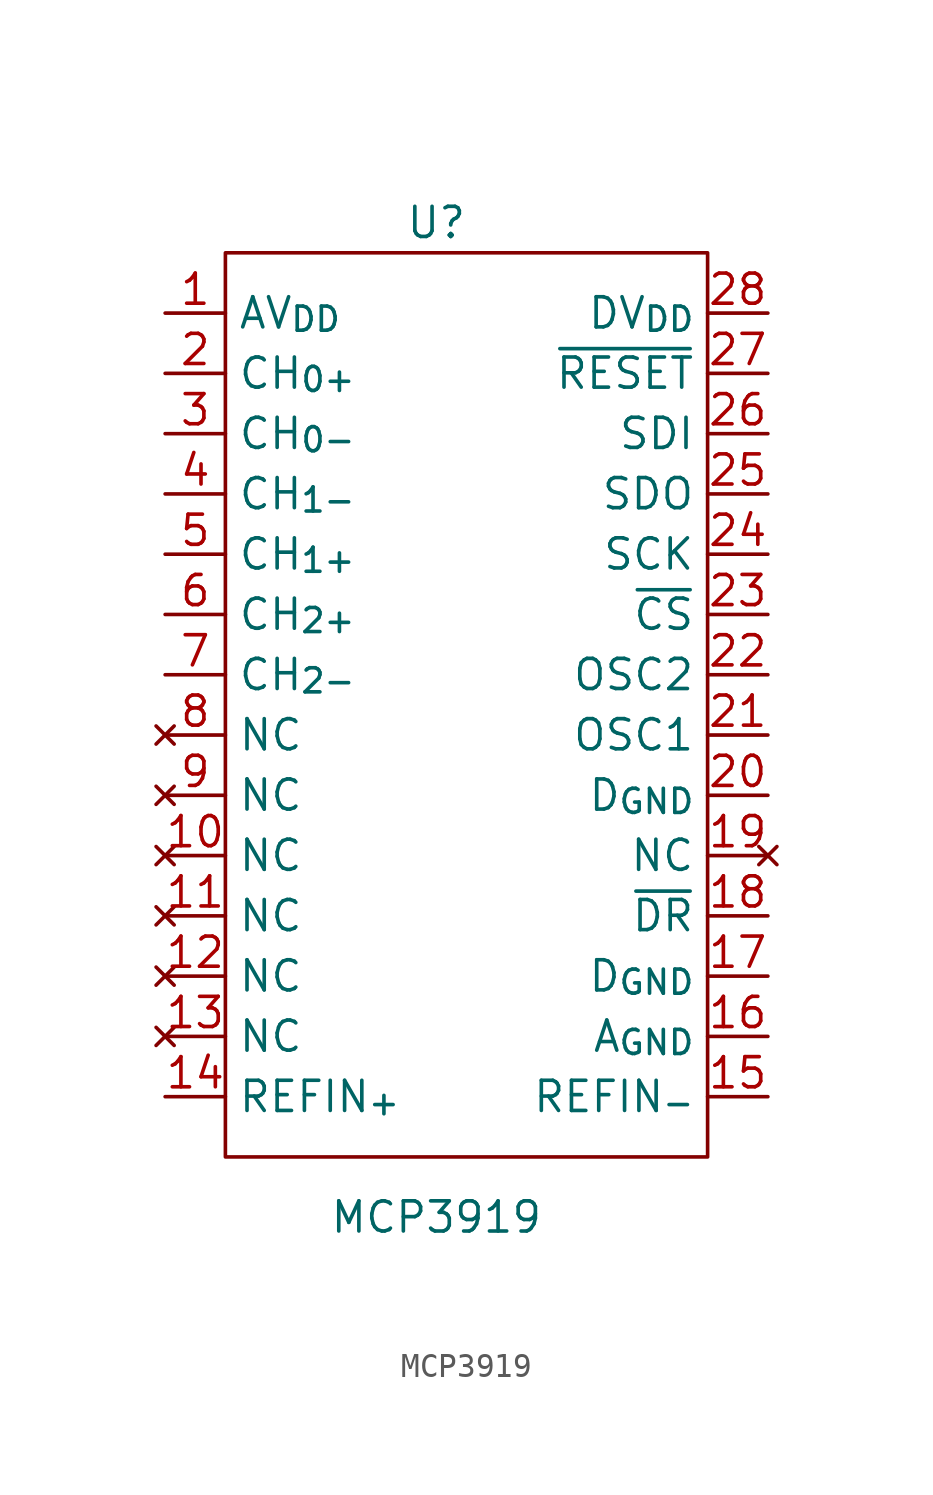
<source format=kicad_sym>
(kicad_symbol_lib
  (version 20211014)
  (generator kicad_symbol_editor)
  (symbol "MCP3919"
    (property "Reference" "U"
      (at -1.27 20.32 0)
      (effects (font (size 1.27 1.27))))
    (property "Value" "MCP3919"
      (at -1.27 -21.59 0)
      (effects (font (size 1.27 1.27))))
    (symbol "MCP3919_0_1"
      (rectangle (start -10.16 19.05) (end 10.16 -19.05) (stroke (width 0) (type default) (color 0 0 0 0)) (fill (type none))))
    (symbol "MCP3919_1_1"
      (pin power_in line (at -12.7 16.51 0) (length 2.54) (name "AV_{DD}" (effects (font (size 1.27 1.27)))) (number "1" (effects (font (size 1.27 1.27)))))
      (pin no_connect line (at -12.7 -6.35 0) (length 2.54) (name "NC" (effects (font (size 1.27 1.27)))) (number "10" (effects (font (size 1.27 1.27)))))
      (pin no_connect line (at -12.7 -8.89 0) (length 2.54) (name "NC" (effects (font (size 1.27 1.27)))) (number "11" (effects (font (size 1.27 1.27)))))
      (pin no_connect line (at -12.7 -11.43 0) (length 2.54) (name "NC" (effects (font (size 1.27 1.27)))) (number "12" (effects (font (size 1.27 1.27)))))
      (pin no_connect line (at -12.7 -13.97 0) (length 2.54) (name "NC" (effects (font (size 1.27 1.27)))) (number "13" (effects (font (size 1.27 1.27)))))
      (pin power_in line (at -12.7 -16.51 0) (length 2.54) (name "REFIN_{+}" (effects (font (size 1.27 1.27)))) (number "14" (effects (font (size 1.27 1.27)))))
      (pin power_in line (at 12.7 -16.51 180) (length 2.54) (name "REFIN_{-}" (effects (font (size 1.27 1.27)))) (number "15" (effects (font (size 1.27 1.27)))))
      (pin power_in line (at 12.7 -13.97 180) (length 2.54) (name "A_{GND}" (effects (font (size 1.27 1.27)))) (number "16" (effects (font (size 1.27 1.27)))))
      (pin power_in line (at 12.7 -11.43 180) (length 2.54) (name "D_{GND}" (effects (font (size 1.27 1.27)))) (number "17" (effects (font (size 1.27 1.27)))))
      (pin input line (at 12.7 -8.89 180) (length 2.54) (name "~{DR}" (effects (font (size 1.27 1.27)))) (number "18" (effects (font (size 1.27 1.27)))))
      (pin no_connect line (at 12.7 -6.35 180) (length 2.54) (name "NC" (effects (font (size 1.27 1.27)))) (number "19" (effects (font (size 1.27 1.27)))))
      (pin input line (at -12.7 13.97 0) (length 2.54) (name "CH_{0+}" (effects (font (size 1.27 1.27)))) (number "2" (effects (font (size 1.27 1.27)))))
      (pin power_in line (at 12.7 -3.81 180) (length 2.54) (name "D_{GND}" (effects (font (size 1.27 1.27)))) (number "20" (effects (font (size 1.27 1.27)))))
      (pin input line (at 12.7 -1.27 180) (length 2.54) (name "OSC1" (effects (font (size 1.27 1.27)))) (number "21" (effects (font (size 1.27 1.27)))))
      (pin input line (at 12.7 1.27 180) (length 2.54) (name "OSC2" (effects (font (size 1.27 1.27)))) (number "22" (effects (font (size 1.27 1.27)))))
      (pin input line (at 12.7 3.81 180) (length 2.54) (name "~{CS}" (effects (font (size 1.27 1.27)))) (number "23" (effects (font (size 1.27 1.27)))))
      (pin input line (at 12.7 6.35 180) (length 2.54) (name "SCK" (effects (font (size 1.27 1.27)))) (number "24" (effects (font (size 1.27 1.27)))))
      (pin input line (at 12.7 8.89 180) (length 2.54) (name "SDO" (effects (font (size 1.27 1.27)))) (number "25" (effects (font (size 1.27 1.27)))))
      (pin input line (at 12.7 11.43 180) (length 2.54) (name "SDI" (effects (font (size 1.27 1.27)))) (number "26" (effects (font (size 1.27 1.27)))))
      (pin input line (at 12.7 13.97 180) (length 2.54) (name "~{RESET}" (effects (font (size 1.27 1.27)))) (number "27" (effects (font (size 1.27 1.27)))))
      (pin power_in line (at 12.7 16.51 180) (length 2.54) (name "DV_{DD}" (effects (font (size 1.27 1.27)))) (number "28" (effects (font (size 1.27 1.27)))))
      (pin input line (at -12.7 11.43 0) (length 2.54) (name "CH_{0-}" (effects (font (size 1.27 1.27)))) (number "3" (effects (font (size 1.27 1.27)))))
      (pin input line (at -12.7 8.89 0) (length 2.54) (name "CH_{1-}" (effects (font (size 1.27 1.27)))) (number "4" (effects (font (size 1.27 1.27)))))
      (pin input line (at -12.7 6.35 0) (length 2.54) (name "CH_{1+}" (effects (font (size 1.27 1.27)))) (number "5" (effects (font (size 1.27 1.27)))))
      (pin input line (at -12.7 3.81 0) (length 2.54) (name "CH_{2+}" (effects (font (size 1.27 1.27)))) (number "6" (effects (font (size 1.27 1.27)))))
      (pin input line (at -12.7 1.27 0) (length 2.54) (name "CH_{2-}" (effects (font (size 1.27 1.27)))) (number "7" (effects (font (size 1.27 1.27)))))
      (pin no_connect line (at -12.7 -1.27 0) (length 2.54) (name "NC" (effects (font (size 1.27 1.27)))) (number "8" (effects (font (size 1.27 1.27)))))
      (pin no_connect line (at -12.7 -3.81 0) (length 2.54) (name "NC" (effects (font (size 1.27 1.27)))) (number "9" (effects (font (size 1.27 1.27))))))))
</source>
